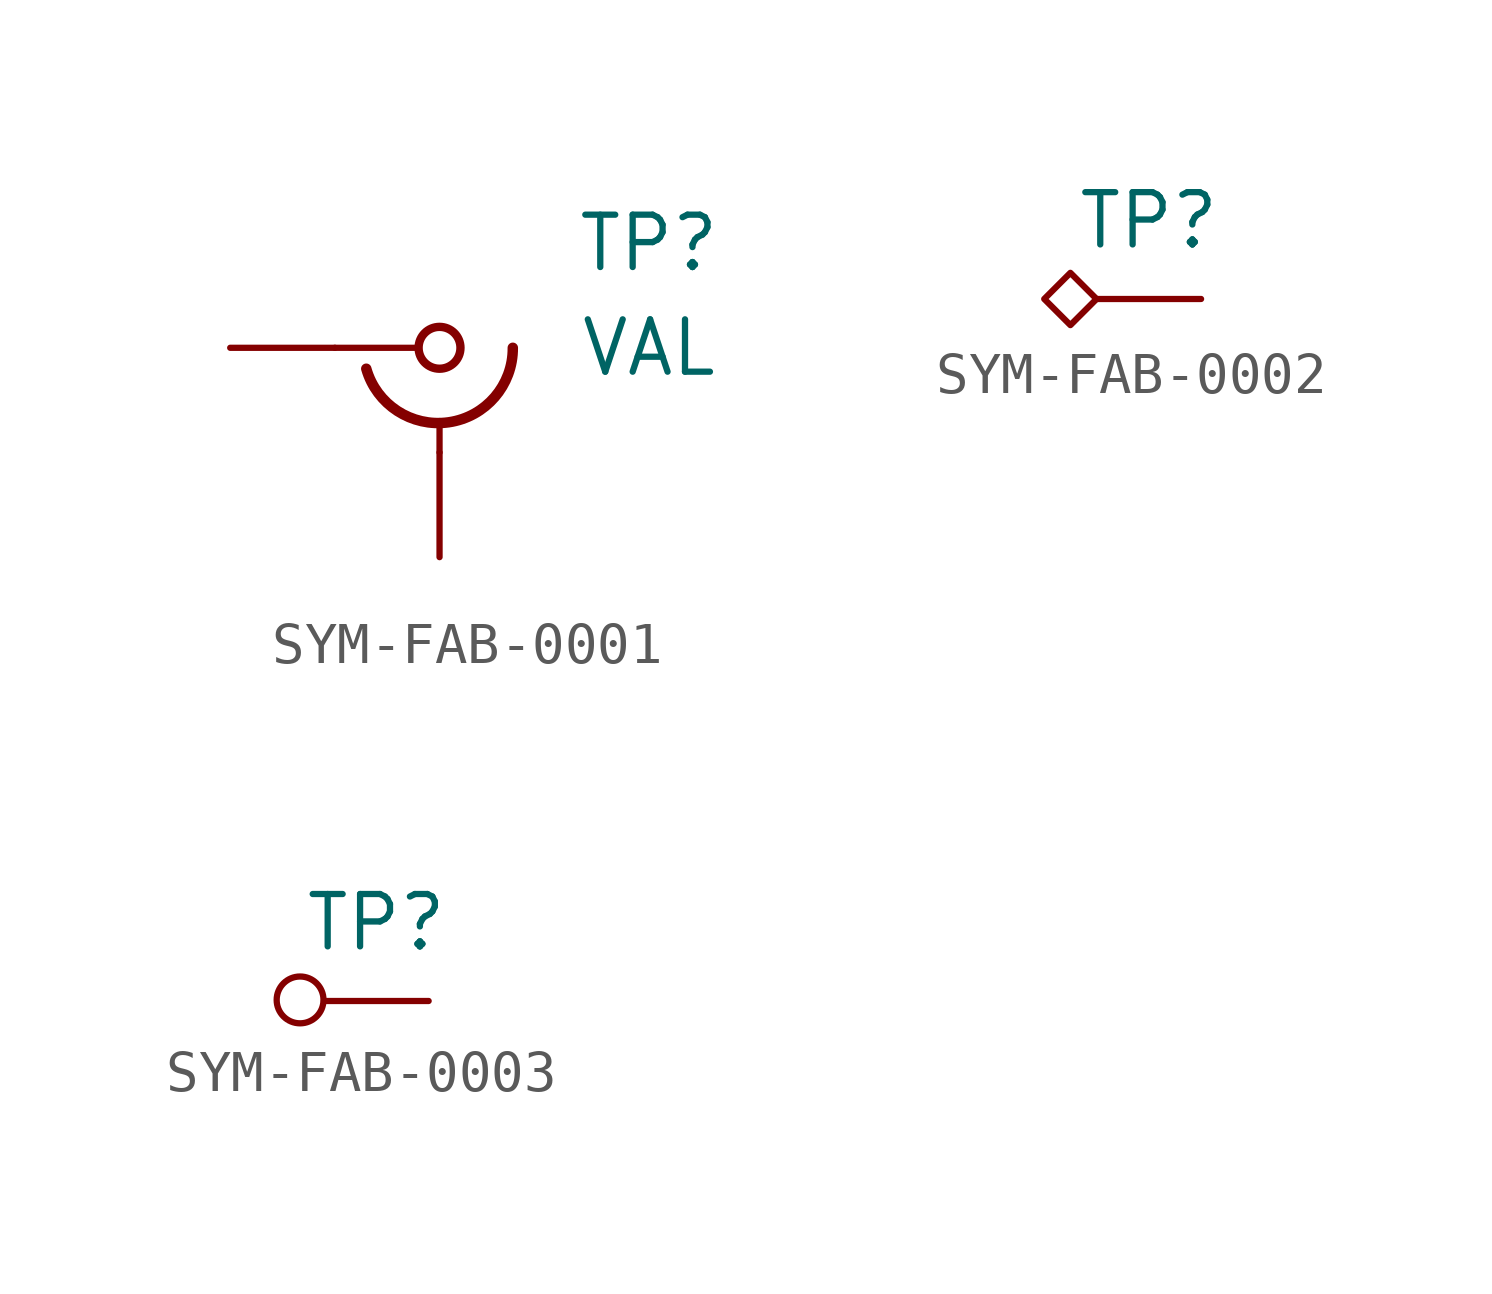
<source format=kicad_sym>
(kicad_symbol_lib
  (version 20241209)
  (generator "kicad_symbol_editor")
  (generator_version "9.0")
  (symbol "SYM-FAB-0001"
    (pin_numbers
      (hide yes))
    (pin_names
      (hide yes))
    (property "Reference" "TP"
      (at 10.16 2.54 0)
      (effects (font (size 1.27 1.27))))
    (property "Value" "VAL"
      (at 10.16 0 0)
      (effects (font (size 1.27 1.27))))
    (symbol "SYM-FAB-0001_0_1"
      (polyline (pts (xy 2.54 0) (xy 4.572 0)) (stroke (width 0) (type default)) (fill (type none)))
      (arc (start 6.858 0) (mid 5.302 -1.8079) (end 3.302 -0.508) (stroke (width 0.254) (type default)) (fill (type none)))
      (circle (center 5.08 0) (radius 0.508) (stroke (width 0.203) (type default)) (fill (type none)))
      (polyline (pts (xy 5.08 -2.54) (xy 5.08 -1.778)) (stroke (width 0) (type default)) (fill (type none))))
    (symbol "SYM-FAB-0001_1_1"
      (pin passive line (at 0 0 0) (length 2.54) (name "SIG" (effects (font (size 1.27 1.27)))) (number "1" (effects (font (size 1.27 1.27)))))
      (pin passive line (at 5.08 -5.08 90) (length 2.54) (name "GND" (effects (font (size 1.27 1.27)))) (number "2" (effects (font (size 1.27 1.27)))))))
  (symbol "SYM-FAB-0002"
    (property "Reference" "TP"
      (at -1.27 1.905 0)
      (effects (font (size 1.27 1.27))))
    (symbol "SYM-FAB-0002_0_1"
      (polyline (pts (xy -2.54 0) (xy -3.175 0.635) (xy -3.81 0) (xy -3.175 -0.635) (xy -2.54 0)) (stroke (width 0) (type default)) (fill (type none))))
    (symbol "SYM-FAB-0002_1_1"
      (pin passive line (at 0 0 180) (length 2.54) (name "" (effects (font (size 1.27 1.27)))) (number "" (effects (font (size 1.27 1.27)))))))
  (symbol "SYM-FAB-0003"
    (property "Reference" "TP"
      (at -1.27 1.905 0)
      (effects (font (size 1.27 1.27))))
    (symbol "SYM-FAB-0003_0_1"
      (circle (center -3.119 0.026) (radius 0.568) (stroke (width 0) (type default)) (fill (type none))))
    (symbol "SYM-FAB-0003_1_1"
      (pin passive line (at 0 0 180) (length 2.54) (name "" (effects (font (size 1.27 1.27)))) (number "" (effects (font (size 1.27 1.27))))))))
</source>
